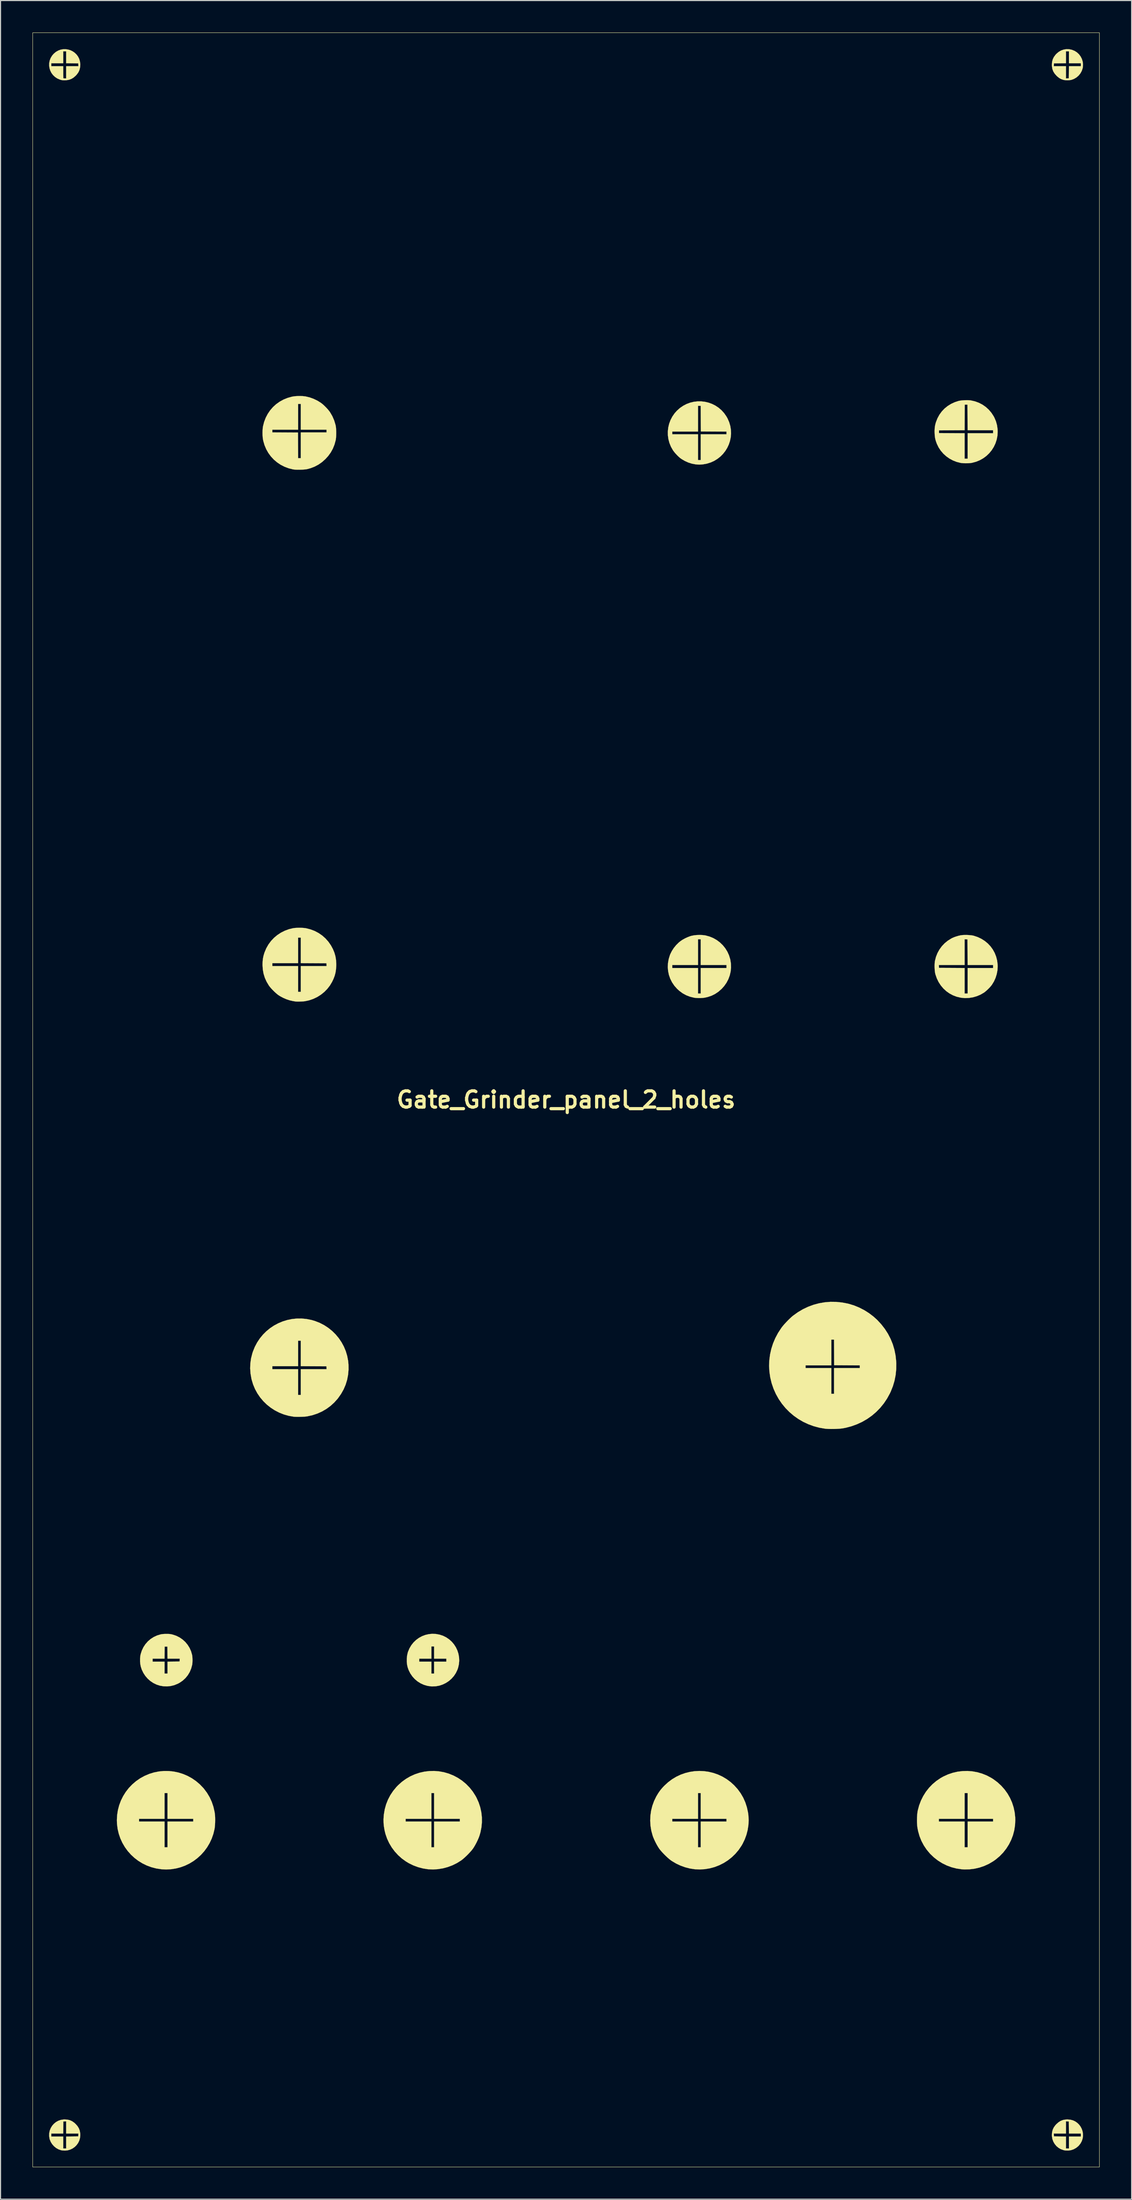
<source format=kicad_pcb>
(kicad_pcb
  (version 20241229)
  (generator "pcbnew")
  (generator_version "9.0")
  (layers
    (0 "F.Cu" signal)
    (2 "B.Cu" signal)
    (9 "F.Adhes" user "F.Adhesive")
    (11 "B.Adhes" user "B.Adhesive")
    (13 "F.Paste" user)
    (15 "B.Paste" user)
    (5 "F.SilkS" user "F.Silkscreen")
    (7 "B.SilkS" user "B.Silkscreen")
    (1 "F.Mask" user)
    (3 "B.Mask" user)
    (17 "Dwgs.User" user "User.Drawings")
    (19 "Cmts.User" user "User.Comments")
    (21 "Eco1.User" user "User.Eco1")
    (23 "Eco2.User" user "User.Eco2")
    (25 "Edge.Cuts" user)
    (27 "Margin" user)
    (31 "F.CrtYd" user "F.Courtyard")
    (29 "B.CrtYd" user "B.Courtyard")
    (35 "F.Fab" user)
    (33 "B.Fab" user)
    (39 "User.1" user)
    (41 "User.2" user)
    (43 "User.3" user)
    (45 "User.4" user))
  (footprint "Gate_Grinder_panel_2_holes"
    (layer "F.Cu")
    (at 50.018 100.005)
    (property "Reference" "Gate_Grinder_panel_2_holes" (at 0 0 0) (layer "F.SilkS") (effects (font (size 1.524 1.524) (thickness 0.3))))
    (attr through_hole)
    (fp_poly (pts (xy 50.013 100.025) (xy -50.013 100.025) (xy -50.013 -99.974) (xy -49.987 -99.974) (xy -49.987 100) (xy 49.987 100) (xy 49.987 -99.974) (xy -49.987 -99.974) (xy -50.013 -99.974) (xy -50.013 -100) (xy 50.013 -100) (xy 50.013 100.025)) (stroke (width 0.01) (type solid)) (fill yes) (layer "F.SilkS"))
    (fp_poly (pts (xy -46.75 95.572) (xy -46.518 95.627) (xy -46.306 95.724) (xy -46.106 95.864) (xy -45.973 95.986) (xy -45.8 96.183) (xy -45.675 96.387) (xy -45.592 96.604) (xy -45.55 96.845) (xy -45.542 97.024) (xy -45.566 97.286) (xy -45.634 97.532) (xy -45.742 97.757) (xy -45.886 97.957) (xy -46.06 98.131) (xy -46.261 98.273) (xy -46.483 98.38) (xy -46.723 98.45) (xy -46.975 98.477) (xy -47.235 98.459) (xy -47.355 98.436) (xy -47.589 98.354) (xy -47.809 98.228) (xy -48.007 98.066) (xy -48.177 97.873) (xy -48.312 97.657) (xy -48.406 97.425) (xy -48.424 97.356) (xy -48.462 97.092) (xy -48.454 96.876) (xy -48.26 96.876) (xy -48.26 97.155) (xy -47.142 97.155) (xy -47.142 98.273) (xy -46.863 98.273) (xy -46.863 97.156) (xy -46.298 97.149) (xy -45.733 97.142) (xy -45.717 96.876) (xy -46.863 96.876) (xy -46.863 95.73) (xy -46.996 95.738) (xy -47.13 95.745) (xy -47.143 96.876) (xy -48.26 96.876) (xy -48.454 96.876) (xy -48.453 96.836) (xy -48.401 96.59) (xy -48.308 96.36) (xy -48.18 96.15) (xy -48.019 95.965) (xy -47.829 95.808) (xy -47.613 95.685) (xy -47.375 95.601) (xy -47.118 95.559) (xy -47.011 95.555) (xy -46.75 95.572)) (stroke (width 0.01) (type solid)) (fill yes) (layer "F.SilkS"))
    (fp_poly (pts (xy 47.275 95.578) (xy 47.517 95.643) (xy 47.736 95.745) (xy 47.93 95.881) (xy 48.096 96.044) (xy 48.234 96.231) (xy 48.341 96.437) (xy 48.416 96.657) (xy 48.455 96.887) (xy 48.458 97.121) (xy 48.422 97.355) (xy 48.346 97.584) (xy 48.228 97.804) (xy 48.065 98.01) (xy 48.032 98.044) (xy 47.825 98.216) (xy 47.594 98.346) (xy 47.346 98.432) (xy 47.086 98.473) (xy 46.821 98.466) (xy 46.65 98.435) (xy 46.401 98.35) (xy 46.176 98.223) (xy 45.978 98.06) (xy 45.813 97.865) (xy 45.683 97.644) (xy 45.593 97.402) (xy 45.547 97.145) (xy 45.542 97.024) (xy 45.552 96.876) (xy 45.717 96.876) (xy 45.725 97.009) (xy 45.733 97.142) (xy 46.298 97.149) (xy 46.863 97.156) (xy 46.863 98.273) (xy 47.142 98.273) (xy 47.142 97.155) (xy 48.26 97.155) (xy 48.26 96.876) (xy 47.143 96.876) (xy 47.137 96.31) (xy 47.13 95.745) (xy 46.996 95.738) (xy 46.863 95.73) (xy 46.863 96.876) (xy 45.717 96.876) (xy 45.552 96.876) (xy 45.56 96.763) (xy 45.615 96.531) (xy 45.711 96.319) (xy 45.852 96.118) (xy 45.973 95.986) (xy 46.171 95.813) (xy 46.374 95.687) (xy 46.592 95.605) (xy 46.832 95.563) (xy 47.011 95.555) (xy 47.275 95.578)) (stroke (width 0.01) (type solid)) (fill yes) (layer "F.SilkS"))
    (fp_poly (pts (xy 47.171 -98.442) (xy 47.43 -98.385) (xy 47.684 -98.28) (xy 47.686 -98.279) (xy 47.905 -98.136) (xy 48.092 -97.959) (xy 48.243 -97.752) (xy 48.358 -97.523) (xy 48.431 -97.277) (xy 48.461 -97.02) (xy 48.445 -96.76) (xy 48.424 -96.648) (xy 48.34 -96.402) (xy 48.213 -96.174) (xy 48.049 -95.973) (xy 47.852 -95.801) (xy 47.629 -95.667) (xy 47.384 -95.574) (xy 47.359 -95.568) (xy 47.21 -95.543) (xy 47.034 -95.532) (xy 46.852 -95.537) (xy 46.685 -95.557) (xy 46.596 -95.577) (xy 46.402 -95.648) (xy 46.227 -95.747) (xy 46.056 -95.882) (xy 45.973 -95.961) (xy 45.8 -96.159) (xy 45.673 -96.364) (xy 45.591 -96.583) (xy 45.549 -96.824) (xy 45.548 -96.85) (xy 45.717 -96.85) (xy 46.863 -96.85) (xy 46.863 -95.705) (xy 47.13 -95.72) (xy 47.137 -96.285) (xy 47.143 -96.85) (xy 48.26 -96.85) (xy 48.26 -97.13) (xy 47.142 -97.13) (xy 47.142 -98.247) (xy 46.863 -98.247) (xy 46.863 -97.131) (xy 45.733 -97.117) (xy 45.725 -96.984) (xy 45.717 -96.85) (xy 45.548 -96.85) (xy 45.543 -96.994) (xy 45.562 -97.255) (xy 45.622 -97.49) (xy 45.725 -97.707) (xy 45.875 -97.912) (xy 45.974 -98.019) (xy 46.183 -98.195) (xy 46.413 -98.326) (xy 46.658 -98.411) (xy 46.912 -98.45) (xy 47.171 -98.442)) (stroke (width 0.01) (type solid)) (fill yes) (layer "F.SilkS"))
    (fp_poly (pts (xy -46.684 -98.412) (xy -46.462 -98.344) (xy -46.253 -98.242) (xy -46.063 -98.109) (xy -45.895 -97.947) (xy -45.754 -97.758) (xy -45.645 -97.543) (xy -45.574 -97.304) (xy -45.543 -97.044) (xy -45.543 -96.995) (xy -45.562 -96.73) (xy -45.62 -96.492) (xy -45.721 -96.275) (xy -45.868 -96.071) (xy -45.972 -95.959) (xy -46.17 -95.786) (xy -46.376 -95.661) (xy -46.598 -95.579) (xy -46.844 -95.537) (xy -47.015 -95.53) (xy -47.155 -95.534) (xy -47.268 -95.547) (xy -47.378 -95.574) (xy -47.46 -95.6) (xy -47.706 -95.708) (xy -47.919 -95.851) (xy -48.099 -96.024) (xy -48.245 -96.22) (xy -48.354 -96.436) (xy -48.426 -96.666) (xy -48.46 -96.904) (xy -48.455 -97.13) (xy -48.26 -97.13) (xy -48.26 -96.85) (xy -47.142 -96.85) (xy -47.142 -96.296) (xy -47.142 -96.133) (xy -47.14 -95.987) (xy -47.136 -95.866) (xy -47.132 -95.778) (xy -47.128 -95.73) (xy -47.125 -95.724) (xy -47.092 -95.714) (xy -47.026 -95.708) (xy -46.986 -95.707) (xy -46.863 -95.707) (xy -46.863 -96.85) (xy -45.717 -96.85) (xy -45.733 -97.117) (xy -46.863 -97.131) (xy -46.863 -98.247) (xy -47.142 -98.247) (xy -47.142 -97.13) (xy -48.26 -97.13) (xy -48.455 -97.13) (xy -48.455 -97.145) (xy -48.408 -97.385) (xy -48.319 -97.617) (xy -48.187 -97.837) (xy -48.032 -98.019) (xy -47.829 -98.19) (xy -47.611 -98.316) (xy -47.383 -98.4) (xy -47.149 -98.442) (xy -46.915 -98.446) (xy -46.684 -98.412)) (stroke (width 0.01) (type solid)) (fill yes) (layer "F.SilkS"))
    (fp_poly (pts (xy -12.199 50.063) (xy -11.855 50.126) (xy -11.851 50.127) (xy -11.525 50.237) (xy -11.225 50.388) (xy -10.954 50.575) (xy -10.712 50.794) (xy -10.504 51.042) (xy -10.329 51.314) (xy -10.191 51.607) (xy -10.092 51.916) (xy -10.034 52.237) (xy -10.018 52.566) (xy -10.047 52.899) (xy -10.123 53.232) (xy -10.184 53.41) (xy -10.33 53.718) (xy -10.515 53.999) (xy -10.737 54.251) (xy -10.989 54.47) (xy -11.268 54.654) (xy -11.569 54.8) (xy -11.887 54.905) (xy -12.218 54.965) (xy -12.558 54.979) (xy -12.649 54.974) (xy -12.994 54.925) (xy -13.323 54.829) (xy -13.632 54.69) (xy -13.919 54.511) (xy -14.178 54.295) (xy -14.407 54.044) (xy -14.601 53.763) (xy -14.757 53.453) (xy -14.849 53.195) (xy -14.905 52.941) (xy -14.932 52.661) (xy -14.931 52.375) (xy -13.767 52.375) (xy -13.767 52.654) (xy -12.624 52.654) (xy -12.624 53.772) (xy -12.37 53.772) (xy -12.37 52.654) (xy -11.227 52.654) (xy -11.227 52.375) (xy -12.37 52.375) (xy -12.37 51.232) (xy -12.624 51.232) (xy -12.624 52.375) (xy -13.767 52.375) (xy -14.931 52.375) (xy -14.931 52.371) (xy -14.903 52.086) (xy -14.846 51.822) (xy -14.82 51.737) (xy -14.684 51.413) (xy -14.51 51.118) (xy -14.301 50.854) (xy -14.061 50.624) (xy -13.794 50.429) (xy -13.504 50.271) (xy -13.196 50.154) (xy -12.873 50.079) (xy -12.539 50.047) (xy -12.199 50.063)) (stroke (width 0.01) (type solid)) (fill yes) (layer "F.SilkS"))
    (fp_poly (pts (xy -37.306 50.059) (xy -37.18 50.065) (xy -37.071 50.079) (xy -36.961 50.101) (xy -36.868 50.124) (xy -36.537 50.236) (xy -36.23 50.391) (xy -35.948 50.586) (xy -35.697 50.815) (xy -35.48 51.077) (xy -35.299 51.366) (xy -35.159 51.679) (xy -35.063 52.012) (xy -35.05 52.078) (xy -35.034 52.206) (xy -35.025 52.364) (xy -35.022 52.537) (xy -35.026 52.706) (xy -35.037 52.856) (xy -35.051 52.947) (xy -35.145 53.298) (xy -35.281 53.625) (xy -35.459 53.923) (xy -35.676 54.191) (xy -35.931 54.427) (xy -36.22 54.627) (xy -36.386 54.717) (xy -36.712 54.852) (xy -37.05 54.938) (xy -37.399 54.975) (xy -37.739 54.964) (xy -38.073 54.907) (xy -38.393 54.804) (xy -38.693 54.658) (xy -38.971 54.473) (xy -39.222 54.251) (xy -39.442 53.997) (xy -39.628 53.714) (xy -39.776 53.405) (xy -39.869 53.121) (xy -39.916 52.879) (xy -39.938 52.614) (xy -39.936 52.375) (xy -38.76 52.375) (xy -38.76 52.654) (xy -37.643 52.654) (xy -37.643 53.772) (xy -37.363 53.772) (xy -37.363 52.655) (xy -36.798 52.648) (xy -36.233 52.642) (xy -36.218 52.375) (xy -37.362 52.375) (xy -37.369 51.81) (xy -37.376 51.245) (xy -37.63 51.245) (xy -37.644 52.375) (xy -38.76 52.375) (xy -39.936 52.375) (xy -39.936 52.345) (xy -39.909 52.09) (xy -39.883 51.961) (xy -39.773 51.618) (xy -39.622 51.301) (xy -39.431 51.012) (xy -39.204 50.754) (xy -38.944 50.531) (xy -38.653 50.346) (xy -38.336 50.2) (xy -37.994 50.098) (xy -37.992 50.097) (xy -37.828 50.072) (xy -37.618 50.059) (xy -37.465 50.057) (xy -37.306 50.059)) (stroke (width 0.01) (type solid)) (fill yes) (layer "F.SilkS"))
    (fp_poly (pts (xy 12.67 -65.443) (xy 13.016 -65.403) (xy 13.355 -65.323) (xy 13.683 -65.204) (xy 13.996 -65.047) (xy 14.29 -64.852) (xy 14.562 -64.62) (xy 14.808 -64.351) (xy 15.022 -64.046) (xy 15.138 -63.841) (xy 15.29 -63.492) (xy 15.394 -63.138) (xy 15.452 -62.782) (xy 15.465 -62.427) (xy 15.436 -62.077) (xy 15.366 -61.736) (xy 15.257 -61.406) (xy 15.111 -61.092) (xy 14.93 -60.797) (xy 14.715 -60.523) (xy 14.469 -60.275) (xy 14.193 -60.057) (xy 13.89 -59.87) (xy 13.56 -59.72) (xy 13.207 -59.609) (xy 12.831 -59.54) (xy 12.814 -59.538) (xy 12.634 -59.522) (xy 12.476 -59.517) (xy 12.315 -59.524) (xy 12.143 -59.541) (xy 11.801 -59.604) (xy 11.459 -59.712) (xy 11.128 -59.861) (xy 10.818 -60.045) (xy 10.693 -60.135) (xy 10.563 -60.246) (xy 10.418 -60.386) (xy 10.273 -60.541) (xy 10.141 -60.697) (xy 10.035 -60.839) (xy 10.022 -60.858) (xy 9.833 -61.19) (xy 9.691 -61.537) (xy 9.595 -61.894) (xy 9.544 -62.258) (xy 9.539 -62.611) (xy 9.957 -62.611) (xy 9.957 -62.357) (xy 12.37 -62.357) (xy 12.37 -59.944) (xy 12.624 -59.944) (xy 12.624 -62.357) (xy 15.037 -62.357) (xy 15.037 -62.611) (xy 13.837 -62.617) (xy 12.636 -62.624) (xy 12.623 -65.024) (xy 12.37 -65.024) (xy 12.37 -62.611) (xy 9.957 -62.611) (xy 9.539 -62.611) (xy 9.539 -62.624) (xy 9.578 -62.987) (xy 9.661 -63.343) (xy 9.789 -63.687) (xy 9.96 -64.016) (xy 10.174 -64.325) (xy 10.389 -64.567) (xy 10.672 -64.821) (xy 10.977 -65.03) (xy 11.298 -65.197) (xy 11.631 -65.321) (xy 11.974 -65.403) (xy 12.322 -65.443) (xy 12.67 -65.443)) (stroke (width 0.01) (type solid)) (fill yes) (layer "F.SilkS"))
    (fp_poly (pts (xy 12.783 -15.433) (xy 13.027 -15.403) (xy 13.081 -15.393) (xy 13.452 -15.292) (xy 13.803 -15.146) (xy 14.128 -14.96) (xy 14.426 -14.736) (xy 14.693 -14.478) (xy 14.926 -14.188) (xy 15.122 -13.87) (xy 15.277 -13.527) (xy 15.388 -13.162) (xy 15.395 -13.132) (xy 15.454 -12.754) (xy 15.464 -12.377) (xy 15.426 -12.005) (xy 15.34 -11.641) (xy 15.21 -11.291) (xy 15.035 -10.958) (xy 14.816 -10.647) (xy 14.583 -10.388) (xy 14.289 -10.129) (xy 13.976 -9.917) (xy 13.643 -9.751) (xy 13.286 -9.629) (xy 12.995 -9.564) (xy 12.817 -9.542) (xy 12.612 -9.531) (xy 12.398 -9.53) (xy 12.193 -9.539) (xy 12.016 -9.559) (xy 11.995 -9.563) (xy 11.614 -9.657) (xy 11.256 -9.795) (xy 10.922 -9.979) (xy 10.611 -10.208) (xy 10.401 -10.401) (xy 10.145 -10.692) (xy 9.933 -11.007) (xy 9.765 -11.342) (xy 9.642 -11.692) (xy 9.566 -12.054) (xy 9.535 -12.425) (xy 9.545 -12.624) (xy 9.957 -12.624) (xy 9.957 -12.344) (xy 12.37 -12.344) (xy 12.37 -9.957) (xy 12.624 -9.957) (xy 12.624 -12.344) (xy 15.037 -12.344) (xy 15.037 -12.624) (xy 12.624 -12.624) (xy 12.624 -15.037) (xy 12.37 -15.037) (xy 12.37 -12.624) (xy 9.957 -12.624) (xy 9.545 -12.624) (xy 9.553 -12.8) (xy 9.618 -13.176) (xy 9.732 -13.549) (xy 9.765 -13.633) (xy 9.911 -13.93) (xy 10.099 -14.221) (xy 10.321 -14.493) (xy 10.57 -14.737) (xy 10.732 -14.868) (xy 10.925 -14.996) (xy 11.151 -15.121) (xy 11.391 -15.232) (xy 11.625 -15.321) (xy 11.75 -15.358) (xy 11.982 -15.405) (xy 12.243 -15.433) (xy 12.516 -15.442) (xy 12.783 -15.433)) (stroke (width 0.01) (type solid)) (fill yes) (layer "F.SilkS"))
    (fp_poly (pts (xy 37.704 -65.553) (xy 37.87 -65.542) (xy 37.941 -65.533) (xy 38.325 -65.446) (xy 38.688 -65.314) (xy 39.027 -65.14) (xy 39.338 -64.924) (xy 39.619 -64.67) (xy 39.868 -64.379) (xy 40.081 -64.053) (xy 40.153 -63.918) (xy 40.299 -63.573) (xy 40.4 -63.208) (xy 40.453 -62.83) (xy 40.462 -62.597) (xy 40.438 -62.218) (xy 40.366 -61.852) (xy 40.25 -61.501) (xy 40.093 -61.171) (xy 39.898 -60.863) (xy 39.667 -60.582) (xy 39.403 -60.33) (xy 39.109 -60.112) (xy 38.788 -59.931) (xy 38.443 -59.789) (xy 38.077 -59.69) (xy 38.002 -59.676) (xy 37.839 -59.656) (xy 37.646 -59.645) (xy 37.44 -59.643) (xy 37.24 -59.65) (xy 37.062 -59.666) (xy 36.988 -59.677) (xy 36.623 -59.768) (xy 36.274 -59.904) (xy 35.945 -60.08) (xy 35.642 -60.294) (xy 35.368 -60.542) (xy 35.127 -60.821) (xy 34.924 -61.127) (xy 34.763 -61.457) (xy 34.745 -61.503) (xy 34.672 -61.706) (xy 34.619 -61.886) (xy 34.584 -62.063) (xy 34.562 -62.254) (xy 34.551 -62.462) (xy 34.547 -62.719) (xy 34.548 -62.725) (xy 34.963 -62.725) (xy 34.963 -62.471) (xy 36.163 -62.465) (xy 37.363 -62.458) (xy 37.363 -60.071) (xy 37.643 -60.071) (xy 37.643 -62.459) (xy 40.03 -62.459) (xy 40.03 -62.738) (xy 37.643 -62.738) (xy 37.637 -63.938) (xy 37.63 -65.138) (xy 37.376 -65.138) (xy 37.363 -62.738) (xy 34.963 -62.725) (xy 34.548 -62.725) (xy 34.559 -62.942) (xy 34.586 -63.148) (xy 34.632 -63.352) (xy 34.676 -63.5) (xy 34.818 -63.861) (xy 35 -64.195) (xy 35.222 -64.5) (xy 35.481 -64.772) (xy 35.774 -65.009) (xy 36.099 -65.21) (xy 36.454 -65.372) (xy 36.802 -65.485) (xy 36.941 -65.512) (xy 37.116 -65.534) (xy 37.312 -65.548) (xy 37.512 -65.554) (xy 37.704 -65.553)) (stroke (width 0.01) (type solid)) (fill yes) (layer "F.SilkS"))
    (fp_poly (pts (xy -37.246 62.905) (xy -36.792 62.953) (xy -36.344 63.046) (xy -35.908 63.183) (xy -35.486 63.362) (xy -35.081 63.584) (xy -34.698 63.847) (xy -34.339 64.151) (xy -34.008 64.495) (xy -33.947 64.567) (xy -33.661 64.951) (xy -33.417 65.36) (xy -33.218 65.794) (xy -33.063 66.251) (xy -32.954 66.728) (xy -32.93 66.878) (xy -32.911 67.055) (xy -32.9 67.265) (xy -32.897 67.496) (xy -32.901 67.733) (xy -32.913 67.961) (xy -32.931 68.167) (xy -32.955 68.333) (xy -33.067 68.798) (xy -33.222 69.242) (xy -33.419 69.662) (xy -33.653 70.056) (xy -33.923 70.423) (xy -34.226 70.759) (xy -34.559 71.064) (xy -34.919 71.335) (xy -35.303 71.57) (xy -35.71 71.767) (xy -36.135 71.923) (xy -36.576 72.037) (xy -37.031 72.107) (xy -37.496 72.131) (xy -37.948 72.108) (xy -38.42 72.036) (xy -38.875 71.918) (xy -39.31 71.757) (xy -39.723 71.555) (xy -40.11 71.316) (xy -40.47 71.041) (xy -40.801 70.733) (xy -41.1 70.395) (xy -41.365 70.029) (xy -41.594 69.637) (xy -41.784 69.223) (xy -41.933 68.789) (xy -42.039 68.337) (xy -42.099 67.87) (xy -42.112 67.513) (xy -42.106 67.386) (xy -40.03 67.386) (xy -40.03 67.64) (xy -37.643 67.64) (xy -37.643 70.053) (xy -37.363 70.053) (xy -37.363 67.64) (xy -34.95 67.64) (xy -34.95 67.386) (xy -37.363 67.386) (xy -37.363 64.973) (xy -37.643 64.973) (xy -37.643 67.386) (xy -40.03 67.386) (xy -42.106 67.386) (xy -42.087 67.034) (xy -42.014 66.566) (xy -41.895 66.113) (xy -41.732 65.676) (xy -41.525 65.259) (xy -41.279 64.866) (xy -40.994 64.499) (xy -40.672 64.162) (xy -40.315 63.857) (xy -39.926 63.587) (xy -39.509 63.359) (xy -39.07 63.173) (xy -38.62 63.035) (xy -38.164 62.946) (xy -37.705 62.902) (xy -37.246 62.905)) (stroke (width 0.01) (type solid)) (fill yes) (layer "F.SilkS"))
    (fp_poly (pts (xy 38.096 62.937) (xy 38.554 63.02) (xy 39.003 63.15) (xy 39.44 63.325) (xy 39.859 63.548) (xy 40.058 63.673) (xy 40.445 63.962) (xy 40.796 64.285) (xy 41.11 64.639) (xy 41.384 65.021) (xy 41.616 65.427) (xy 41.807 65.856) (xy 41.952 66.304) (xy 42.052 66.767) (xy 42.104 67.243) (xy 42.112 67.513) (xy 42.087 67.993) (xy 42.014 68.463) (xy 41.894 68.919) (xy 41.728 69.358) (xy 41.519 69.778) (xy 41.268 70.174) (xy 40.978 70.544) (xy 40.648 70.884) (xy 40.282 71.192) (xy 40.056 71.353) (xy 39.644 71.598) (xy 39.21 71.798) (xy 38.759 71.952) (xy 38.296 72.058) (xy 37.823 72.117) (xy 37.345 72.127) (xy 37.053 72.108) (xy 36.586 72.038) (xy 36.129 71.919) (xy 35.687 71.754) (xy 35.262 71.545) (xy 34.86 71.293) (xy 34.485 71.002) (xy 34.14 70.673) (xy 34.114 70.645) (xy 33.803 70.273) (xy 33.536 69.876) (xy 33.313 69.455) (xy 33.135 69.01) (xy 33.002 68.54) (xy 32.94 68.224) (xy 32.915 68.02) (xy 32.9 67.783) (xy 32.895 67.527) (xy 32.898 67.386) (xy 34.95 67.386) (xy 34.95 67.64) (xy 37.363 67.64) (xy 37.363 70.053) (xy 37.643 70.053) (xy 37.643 67.64) (xy 40.03 67.64) (xy 40.03 67.386) (xy 37.643 67.386) (xy 37.643 64.973) (xy 37.363 64.973) (xy 37.363 67.386) (xy 34.95 67.386) (xy 32.898 67.386) (xy 32.9 67.268) (xy 32.914 67.018) (xy 32.938 66.791) (xy 32.968 66.612) (xy 33.095 66.137) (xy 33.266 65.683) (xy 33.479 65.255) (xy 33.731 64.853) (xy 34.023 64.481) (xy 34.35 64.141) (xy 34.712 63.836) (xy 35.106 63.569) (xy 35.359 63.426) (xy 35.796 63.226) (xy 36.245 63.073) (xy 36.703 62.968) (xy 37.167 62.911) (xy 37.632 62.9) (xy 38.096 62.937)) (stroke (width 0.01) (type solid)) (fill yes) (layer "F.SilkS"))
    (fp_poly (pts (xy -24.333 20.546) (xy -23.872 20.638) (xy -23.535 20.737) (xy -23.094 20.91) (xy -22.677 21.126) (xy -22.288 21.381) (xy -21.928 21.671) (xy -21.6 21.995) (xy -21.307 22.348) (xy -21.05 22.728) (xy -20.831 23.133) (xy -20.654 23.558) (xy -20.521 24.001) (xy -20.433 24.459) (xy -20.399 24.807) (xy -20.394 25.305) (xy -20.438 25.788) (xy -20.53 26.258) (xy -20.67 26.712) (xy -20.858 27.148) (xy -21.094 27.567) (xy -21.376 27.967) (xy -21.415 28.017) (xy -21.735 28.374) (xy -22.087 28.693) (xy -22.469 28.973) (xy -22.878 29.211) (xy -23.313 29.407) (xy -23.77 29.559) (xy -24.247 29.665) (xy -24.324 29.678) (xy -24.436 29.691) (xy -24.585 29.701) (xy -24.758 29.709) (xy -24.943 29.714) (xy -25.127 29.716) (xy -25.297 29.714) (xy -25.441 29.709) (xy -25.54 29.701) (xy -26.01 29.618) (xy -26.463 29.489) (xy -26.897 29.317) (xy -27.309 29.104) (xy -27.696 28.852) (xy -28.056 28.565) (xy -28.384 28.245) (xy -28.68 27.894) (xy -28.94 27.514) (xy -29.161 27.109) (xy -29.341 26.68) (xy -29.476 26.231) (xy -29.498 26.136) (xy -29.582 25.652) (xy -29.615 25.176) (xy -29.608 24.968) (xy -27.534 24.968) (xy -27.534 25.248) (xy -25.121 25.248) (xy -25.121 27.661) (xy -24.867 27.661) (xy -24.867 25.248) (xy -22.451 25.248) (xy -22.466 24.981) (xy -24.867 24.968) (xy -24.867 22.581) (xy -25.121 22.581) (xy -25.121 24.968) (xy -27.534 24.968) (xy -29.608 24.968) (xy -29.598 24.706) (xy -29.532 24.239) (xy -29.415 23.774) (xy -29.36 23.604) (xy -29.182 23.163) (xy -28.963 22.749) (xy -28.708 22.366) (xy -28.419 22.014) (xy -28.099 21.695) (xy -27.751 21.41) (xy -27.378 21.16) (xy -26.984 20.949) (xy -26.571 20.776) (xy -26.142 20.643) (xy -25.701 20.552) (xy -25.25 20.505) (xy -24.793 20.502) (xy -24.333 20.546)) (stroke (width 0.01) (type solid)) (fill yes) (layer "F.SilkS"))
    (fp_poly (pts (xy 37.599 -15.438) (xy 37.8 -15.428) (xy 37.986 -15.41) (xy 38.142 -15.386) (xy 38.202 -15.372) (xy 38.579 -15.247) (xy 38.928 -15.082) (xy 39.247 -14.88) (xy 39.535 -14.643) (xy 39.788 -14.375) (xy 40.004 -14.077) (xy 40.181 -13.755) (xy 40.317 -13.409) (xy 40.41 -13.044) (xy 40.457 -12.662) (xy 40.462 -12.476) (xy 40.439 -12.121) (xy 40.37 -11.764) (xy 40.261 -11.416) (xy 40.112 -11.086) (xy 39.929 -10.785) (xy 39.88 -10.718) (xy 39.776 -10.592) (xy 39.646 -10.452) (xy 39.502 -10.311) (xy 39.358 -10.181) (xy 39.226 -10.075) (xy 39.179 -10.041) (xy 38.854 -9.851) (xy 38.506 -9.703) (xy 38.141 -9.598) (xy 37.766 -9.539) (xy 37.388 -9.526) (xy 37.014 -9.561) (xy 36.995 -9.565) (xy 36.624 -9.652) (xy 36.272 -9.785) (xy 35.944 -9.96) (xy 35.642 -10.175) (xy 35.369 -10.427) (xy 35.128 -10.713) (xy 34.922 -11.03) (xy 34.753 -11.377) (xy 34.625 -11.75) (xy 34.615 -11.785) (xy 34.586 -11.931) (xy 34.564 -12.114) (xy 34.551 -12.317) (xy 34.546 -12.528) (xy 34.549 -12.624) (xy 34.948 -12.624) (xy 34.955 -12.49) (xy 34.963 -12.357) (xy 36.163 -12.351) (xy 37.363 -12.344) (xy 37.363 -9.957) (xy 37.643 -9.957) (xy 37.643 -12.344) (xy 40.03 -12.344) (xy 40.03 -12.624) (xy 37.643 -12.624) (xy 37.637 -13.824) (xy 37.63 -15.024) (xy 37.497 -15.032) (xy 37.363 -15.039) (xy 37.363 -12.624) (xy 34.948 -12.624) (xy 34.549 -12.624) (xy 34.551 -12.73) (xy 34.565 -12.91) (xy 34.58 -13.01) (xy 34.676 -13.389) (xy 34.818 -13.746) (xy 35.003 -14.08) (xy 35.228 -14.387) (xy 35.49 -14.664) (xy 35.789 -14.907) (xy 36.121 -15.113) (xy 36.208 -15.158) (xy 36.373 -15.23) (xy 36.569 -15.299) (xy 36.775 -15.36) (xy 36.971 -15.405) (xy 37.055 -15.419) (xy 37.213 -15.434) (xy 37.399 -15.44) (xy 37.599 -15.438)) (stroke (width 0.01) (type solid)) (fill yes) (layer "F.SilkS"))
    (fp_poly (pts (xy -11.892 62.938) (xy -11.427 63.025) (xy -11.001 63.149) (xy -10.555 63.329) (xy -10.133 63.553) (xy -9.739 63.818) (xy -9.374 64.121) (xy -9.042 64.461) (xy -8.745 64.835) (xy -8.487 65.24) (xy -8.398 65.405) (xy -8.199 65.845) (xy -8.049 66.298) (xy -7.947 66.762) (xy -7.894 67.233) (xy -7.89 67.708) (xy -7.935 68.184) (xy -8.03 68.657) (xy -8.116 68.955) (xy -8.19 69.157) (xy -8.288 69.383) (xy -8.402 69.619) (xy -8.525 69.848) (xy -8.648 70.056) (xy -8.731 70.18) (xy -8.843 70.326) (xy -8.987 70.492) (xy -9.151 70.667) (xy -9.326 70.843) (xy -9.502 71.008) (xy -9.669 71.154) (xy -9.817 71.269) (xy -9.83 71.279) (xy -10.226 71.528) (xy -10.647 71.736) (xy -11.088 71.902) (xy -11.542 72.024) (xy -12.004 72.1) (xy -12.468 72.129) (xy -12.929 72.11) (xy -12.954 72.107) (xy -13.414 72.035) (xy -13.869 71.916) (xy -14.313 71.752) (xy -14.737 71.545) (xy -15.011 71.381) (xy -15.394 71.104) (xy -15.745 70.79) (xy -16.062 70.443) (xy -16.342 70.068) (xy -16.581 69.667) (xy -16.779 69.246) (xy -16.931 68.808) (xy -17.016 68.462) (xy -17.078 68.095) (xy -17.111 67.751) (xy -17.115 67.413) (xy -17.113 67.386) (xy -15.037 67.386) (xy -15.037 67.64) (xy -12.624 67.64) (xy -12.624 70.053) (xy -12.37 70.053) (xy -12.37 67.64) (xy -9.957 67.64) (xy -9.957 67.386) (xy -12.37 67.386) (xy -12.37 64.973) (xy -12.624 64.973) (xy -12.624 67.386) (xy -15.037 67.386) (xy -17.113 67.386) (xy -17.091 67.062) (xy -17.082 66.978) (xy -17.001 66.498) (xy -16.873 66.035) (xy -16.698 65.592) (xy -16.477 65.17) (xy -16.212 64.772) (xy -15.904 64.399) (xy -15.752 64.241) (xy -15.395 63.92) (xy -15.011 63.642) (xy -14.605 63.406) (xy -14.18 63.214) (xy -13.739 63.067) (xy -13.287 62.965) (xy -12.826 62.909) (xy -12.36 62.899) (xy -11.892 62.938)) (stroke (width 0.01) (type solid)) (fill yes) (layer "F.SilkS"))
    (fp_poly (pts (xy 12.941 62.919) (xy 13.383 62.983) (xy 13.819 63.089) (xy 14.245 63.239) (xy 14.657 63.431) (xy 15.053 63.666) (xy 15.428 63.945) (xy 15.758 64.245) (xy 16.086 64.608) (xy 16.369 64.996) (xy 16.608 65.408) (xy 16.802 65.844) (xy 16.951 66.303) (xy 17.055 66.783) (xy 17.093 67.061) (xy 17.117 67.515) (xy 17.093 67.974) (xy 17.022 68.432) (xy 16.906 68.883) (xy 16.745 69.32) (xy 16.542 69.738) (xy 16.447 69.902) (xy 16.177 70.299) (xy 15.871 70.661) (xy 15.533 70.987) (xy 15.167 71.276) (xy 14.775 71.525) (xy 14.36 71.734) (xy 13.927 71.901) (xy 13.478 72.023) (xy 13.017 72.1) (xy 12.546 72.129) (xy 12.07 72.109) (xy 12.059 72.108) (xy 11.617 72.041) (xy 11.175 71.929) (xy 10.74 71.773) (xy 10.324 71.579) (xy 9.935 71.35) (xy 9.83 71.278) (xy 9.684 71.166) (xy 9.519 71.023) (xy 9.344 70.859) (xy 9.168 70.685) (xy 9.003 70.509) (xy 8.857 70.343) (xy 8.741 70.196) (xy 8.73 70.18) (xy 8.614 70.001) (xy 8.491 69.788) (xy 8.371 69.557) (xy 8.261 69.324) (xy 8.168 69.103) (xy 8.117 68.961) (xy 7.991 68.5) (xy 7.915 68.031) (xy 7.887 67.559) (xy 7.894 67.386) (xy 9.957 67.386) (xy 9.957 67.64) (xy 12.37 67.64) (xy 12.37 70.053) (xy 12.624 70.053) (xy 12.624 67.64) (xy 15.037 67.64) (xy 15.037 67.386) (xy 12.624 67.386) (xy 12.624 64.973) (xy 12.37 64.973) (xy 12.37 67.386) (xy 9.957 67.386) (xy 7.894 67.386) (xy 7.906 67.088) (xy 7.973 66.622) (xy 8.087 66.165) (xy 8.248 65.72) (xy 8.454 65.293) (xy 8.629 65) (xy 8.746 64.827) (xy 8.86 64.674) (xy 8.985 64.525) (xy 9.131 64.365) (xy 9.216 64.278) (xy 9.566 63.956) (xy 9.94 63.676) (xy 10.334 63.44) (xy 10.745 63.246) (xy 11.171 63.095) (xy 11.606 62.987) (xy 12.049 62.921) (xy 12.495 62.899) (xy 12.941 62.919)) (stroke (width 0.01) (type solid)) (fill yes) (layer "F.SilkS"))
    (fp_poly (pts (xy -24.687 -65.936) (xy -24.463 -65.912) (xy -24.409 -65.903) (xy -24.034 -65.813) (xy -23.662 -65.678) (xy -23.303 -65.504) (xy -22.972 -65.297) (xy -22.956 -65.285) (xy -22.808 -65.167) (xy -22.645 -65.018) (xy -22.48 -64.852) (xy -22.325 -64.681) (xy -22.193 -64.517) (xy -22.128 -64.427) (xy -21.913 -64.058) (xy -21.742 -63.665) (xy -21.617 -63.25) (xy -21.597 -63.161) (xy -21.575 -63.021) (xy -21.56 -62.844) (xy -21.551 -62.643) (xy -21.55 -62.432) (xy -21.555 -62.224) (xy -21.567 -62.033) (xy -21.586 -61.872) (xy -21.599 -61.804) (xy -21.711 -61.393) (xy -21.864 -61.012) (xy -22.059 -60.658) (xy -22.298 -60.327) (xy -22.554 -60.044) (xy -22.87 -59.76) (xy -23.207 -59.523) (xy -23.567 -59.331) (xy -23.952 -59.182) (xy -24.282 -59.093) (xy -24.411 -59.072) (xy -24.577 -59.056) (xy -24.768 -59.045) (xy -24.969 -59.039) (xy -25.168 -59.039) (xy -25.352 -59.045) (xy -25.507 -59.057) (xy -25.59 -59.069) (xy -26.001 -59.17) (xy -26.389 -59.315) (xy -26.753 -59.501) (xy -27.089 -59.726) (xy -27.396 -59.986) (xy -27.67 -60.28) (xy -27.908 -60.604) (xy -28.108 -60.956) (xy -28.268 -61.333) (xy -28.384 -61.732) (xy -28.415 -61.886) (xy -28.439 -62.062) (xy -28.453 -62.271) (xy -28.457 -62.495) (xy -28.452 -62.718) (xy -28.447 -62.789) (xy -27.534 -62.789) (xy -27.534 -62.535) (xy -25.133 -62.522) (xy -25.127 -61.322) (xy -25.12 -60.122) (xy -24.867 -60.122) (xy -24.867 -62.535) (xy -22.454 -62.535) (xy -22.454 -62.789) (xy -24.867 -62.789) (xy -24.867 -65.202) (xy -25.121 -65.202) (xy -25.121 -62.789) (xy -27.534 -62.789) (xy -28.447 -62.789) (xy -28.438 -62.925) (xy -28.414 -63.098) (xy -28.413 -63.103) (xy -28.308 -63.516) (xy -28.159 -63.906) (xy -27.969 -64.27) (xy -27.74 -64.606) (xy -27.475 -64.911) (xy -27.176 -65.182) (xy -26.845 -65.417) (xy -26.486 -65.614) (xy -26.101 -65.77) (xy -25.691 -65.883) (xy -25.642 -65.893) (xy -25.432 -65.924) (xy -25.19 -65.941) (xy -24.936 -65.945) (xy -24.687 -65.936)) (stroke (width 0.01) (type solid)) (fill yes) (layer "F.SilkS"))
    (fp_poly (pts (xy -24.785 -16.11) (xy -24.575 -16.096) (xy -24.396 -16.073) (xy -24.375 -16.069) (xy -23.958 -15.962) (xy -23.565 -15.812) (xy -23.199 -15.619) (xy -22.862 -15.386) (xy -22.555 -15.114) (xy -22.281 -14.804) (xy -22.042 -14.46) (xy -21.856 -14.114) (xy -21.719 -13.782) (xy -21.623 -13.446) (xy -21.566 -13.096) (xy -21.545 -12.722) (xy -21.547 -12.535) (xy -21.57 -12.202) (xy -21.618 -11.898) (xy -21.695 -11.61) (xy -21.805 -11.321) (xy -21.937 -11.044) (xy -22.143 -10.699) (xy -22.39 -10.382) (xy -22.672 -10.096) (xy -22.986 -9.843) (xy -23.327 -9.628) (xy -23.692 -9.453) (xy -24.076 -9.32) (xy -24.475 -9.233) (xy -24.486 -9.232) (xy -24.589 -9.22) (xy -24.72 -9.21) (xy -24.867 -9.203) (xy -25.017 -9.198) (xy -25.157 -9.197) (xy -25.275 -9.199) (xy -25.359 -9.206) (xy -25.375 -9.208) (xy -25.417 -9.216) (xy -25.494 -9.228) (xy -25.59 -9.244) (xy -25.603 -9.246) (xy -25.896 -9.311) (xy -26.204 -9.412) (xy -26.512 -9.544) (xy -26.806 -9.701) (xy -26.949 -9.792) (xy -27.071 -9.882) (xy -27.212 -10.002) (xy -27.363 -10.142) (xy -27.514 -10.293) (xy -27.654 -10.443) (xy -27.774 -10.583) (xy -27.861 -10.7) (xy -28.076 -11.061) (xy -28.242 -11.43) (xy -28.359 -11.809) (xy -28.43 -12.205) (xy -28.456 -12.621) (xy -28.456 -12.675) (xy -28.452 -12.802) (xy -27.534 -12.802) (xy -27.534 -12.522) (xy -25.121 -12.522) (xy -25.121 -10.109) (xy -24.867 -10.109) (xy -24.867 -12.522) (xy -22.451 -12.522) (xy -22.466 -12.789) (xy -24.867 -12.802) (xy -24.867 -15.189) (xy -25.121 -15.189) (xy -25.121 -12.802) (xy -27.534 -12.802) (xy -28.452 -12.802) (xy -28.446 -12.972) (xy -28.416 -13.24) (xy -28.363 -13.497) (xy -28.284 -13.762) (xy -28.267 -13.81) (xy -28.106 -14.192) (xy -27.903 -14.548) (xy -27.661 -14.875) (xy -27.384 -15.17) (xy -27.073 -15.43) (xy -26.733 -15.654) (xy -26.366 -15.839) (xy -25.976 -15.982) (xy -25.616 -16.07) (xy -25.442 -16.095) (xy -25.235 -16.109) (xy -25.01 -16.115) (xy -24.785 -16.11)) (stroke (width 0.01) (type solid)) (fill yes) (layer "F.SilkS"))
    (fp_poly (pts (xy 25.328 18.944) (xy 25.873 19) (xy 26.418 19.105) (xy 26.511 19.128) (xy 27.005 19.28) (xy 27.49 19.48) (xy 27.959 19.722) (xy 28.406 20.005) (xy 28.825 20.325) (xy 29.165 20.633) (xy 29.546 21.043) (xy 29.884 21.477) (xy 30.177 21.935) (xy 30.424 22.413) (xy 30.626 22.911) (xy 30.78 23.428) (xy 30.887 23.961) (xy 30.946 24.509) (xy 30.955 24.702) (xy 30.949 25.258) (xy 30.894 25.799) (xy 30.791 26.326) (xy 30.639 26.841) (xy 30.437 27.347) (xy 30.355 27.521) (xy 30.091 28.003) (xy 29.789 28.454) (xy 29.449 28.872) (xy 29.075 29.255) (xy 28.669 29.602) (xy 28.231 29.911) (xy 27.766 30.181) (xy 27.274 30.409) (xy 26.759 30.596) (xy 26.221 30.738) (xy 25.971 30.787) (xy 25.795 30.812) (xy 25.581 30.831) (xy 25.343 30.844) (xy 25.092 30.852) (xy 24.842 30.853) (xy 24.607 30.848) (xy 24.398 30.836) (xy 24.275 30.824) (xy 23.735 30.731) (xy 23.213 30.591) (xy 22.71 30.407) (xy 22.228 30.181) (xy 21.771 29.914) (xy 21.341 29.609) (xy 20.94 29.268) (xy 20.57 28.893) (xy 20.234 28.485) (xy 19.934 28.048) (xy 19.673 27.583) (xy 19.452 27.091) (xy 19.275 26.576) (xy 19.267 26.547) (xy 19.139 26.013) (xy 19.062 25.476) (xy 19.033 24.939) (xy 19.035 24.892) (xy 22.454 24.892) (xy 22.454 25.146) (xy 24.867 25.146) (xy 24.867 27.559) (xy 25.121 27.559) (xy 25.121 25.146) (xy 27.534 25.146) (xy 27.534 24.892) (xy 26.333 24.886) (xy 25.133 24.879) (xy 25.12 22.479) (xy 24.867 22.479) (xy 24.867 24.892) (xy 22.454 24.892) (xy 19.035 24.892) (xy 19.054 24.403) (xy 19.122 23.873) (xy 19.239 23.35) (xy 19.402 22.838) (xy 19.613 22.34) (xy 19.869 21.858) (xy 20.172 21.395) (xy 20.243 21.298) (xy 20.349 21.166) (xy 20.483 21.012) (xy 20.637 20.845) (xy 20.799 20.677) (xy 20.962 20.517) (xy 21.115 20.374) (xy 21.248 20.26) (xy 21.273 20.24) (xy 21.726 19.914) (xy 22.2 19.634) (xy 22.692 19.4) (xy 23.199 19.213) (xy 23.719 19.073) (xy 24.249 18.982) (xy 24.786 18.938) (xy 25.328 18.944)) (stroke (width 0.01) (type solid)) (fill yes) (layer "F.SilkS")))
  (gr_rect
    (start -3 -3)
    (end 103.035 203.035)
    (stroke (width 0.1) (type default))
    (fill no)
    (layer "Edge.Cuts")))
</source>
